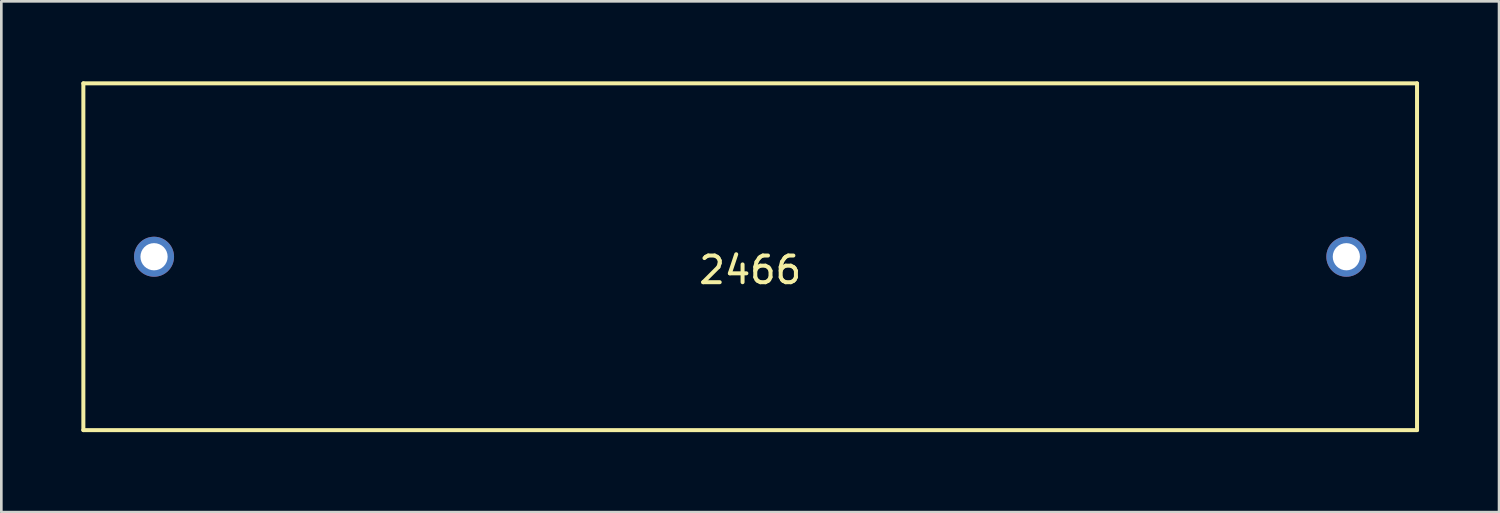
<source format=kicad_pcb>
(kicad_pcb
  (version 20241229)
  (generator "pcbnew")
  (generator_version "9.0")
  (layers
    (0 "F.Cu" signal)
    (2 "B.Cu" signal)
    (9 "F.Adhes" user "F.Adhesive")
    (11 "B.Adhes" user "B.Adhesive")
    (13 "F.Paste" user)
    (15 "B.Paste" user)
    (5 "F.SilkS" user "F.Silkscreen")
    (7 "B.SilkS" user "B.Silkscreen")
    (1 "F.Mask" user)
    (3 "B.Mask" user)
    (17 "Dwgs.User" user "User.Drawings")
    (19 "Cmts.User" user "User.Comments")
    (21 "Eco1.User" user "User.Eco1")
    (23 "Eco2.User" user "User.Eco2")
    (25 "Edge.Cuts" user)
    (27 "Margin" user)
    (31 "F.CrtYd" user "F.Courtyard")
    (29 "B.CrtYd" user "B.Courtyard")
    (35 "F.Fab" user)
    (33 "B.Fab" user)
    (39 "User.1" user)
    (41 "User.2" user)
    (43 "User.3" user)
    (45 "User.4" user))
  (footprint "2466"
    (layer "F.Cu")
    (at 25.075 6.575)
    (property "Reference" "2466" (at 0 0.5 0) (layer "F.SilkS") (effects (font (size 1 1) (thickness 0.15))))
    (attr through_hole)
    (fp_line (start -25 -6.5) (end 25 -6.5) (stroke (width 0.15) (type solid)) (layer "F.SilkS"))
    (fp_line (start -25 6.5) (end -25 -6.5) (stroke (width 0.15) (type solid)) (layer "F.SilkS"))
    (fp_line (start 25 -6.5) (end 25 6.5) (stroke (width 0.15) (type solid)) (layer "F.SilkS"))
    (fp_line (start 25 6.5) (end -25 6.5) (stroke (width 0.15) (type solid)) (layer "F.SilkS"))
    (pad "1" thru_hole circle (at -22.35 0) (size 1.5 1.5) (drill 1.02) (layers "*.Cu" "*.Mask"))
    (pad "2" thru_hole circle (at 22.35 0) (size 1.5 1.5) (drill 1.02) (layers "*.Cu" "*.Mask")))
  (gr_rect
    (start -3 -3)
    (end 53.15 16.15)
    (stroke (width 0.1) (type default))
    (fill no)
    (layer "Edge.Cuts")))
</source>
